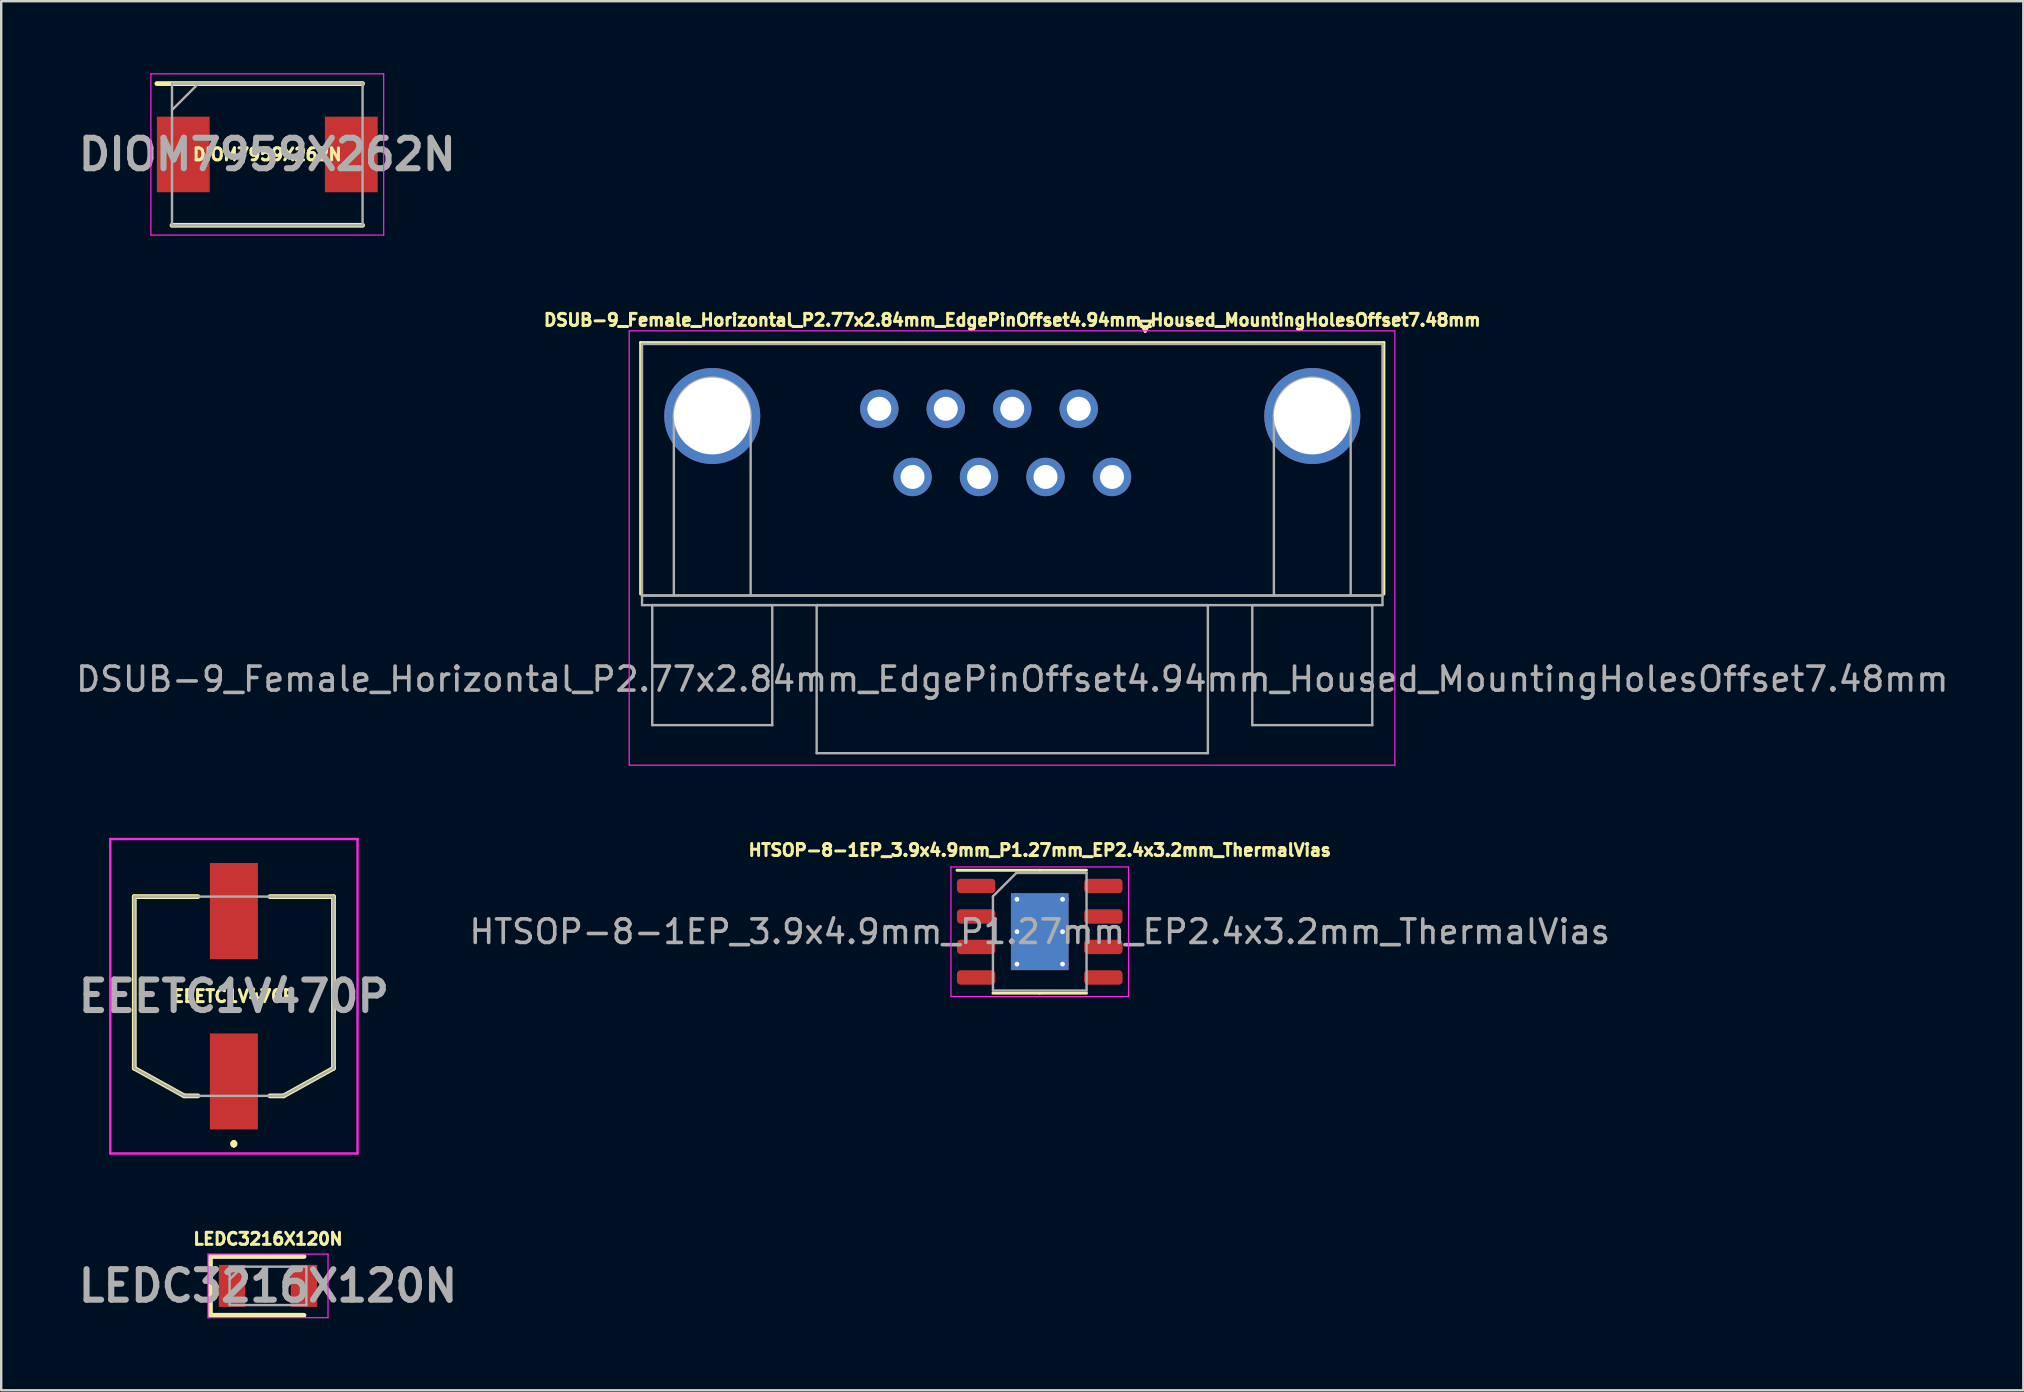
<source format=kicad_pcb>
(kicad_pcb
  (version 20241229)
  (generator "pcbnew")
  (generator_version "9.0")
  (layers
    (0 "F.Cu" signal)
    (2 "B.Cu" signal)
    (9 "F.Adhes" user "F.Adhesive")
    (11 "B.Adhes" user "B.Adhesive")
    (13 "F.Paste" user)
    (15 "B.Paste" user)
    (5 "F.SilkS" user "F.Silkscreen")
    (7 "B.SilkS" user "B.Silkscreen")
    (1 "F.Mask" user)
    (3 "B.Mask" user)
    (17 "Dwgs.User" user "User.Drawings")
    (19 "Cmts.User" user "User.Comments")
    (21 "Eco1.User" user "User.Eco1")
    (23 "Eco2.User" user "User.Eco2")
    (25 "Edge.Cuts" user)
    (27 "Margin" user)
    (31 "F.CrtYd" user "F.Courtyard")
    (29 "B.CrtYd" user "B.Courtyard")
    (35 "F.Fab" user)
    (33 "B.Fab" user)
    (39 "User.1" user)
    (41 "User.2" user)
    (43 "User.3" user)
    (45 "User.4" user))
  (footprint "DIOM7959X262N"
    (layer "F.Cu")
    (at 8.086 3.385)
    (property "Reference" "DIOM7959X262N" (at 0 0 0) (layer "F.SilkS") (effects (font (size 0.5 0.5) (thickness 0.25))))
    (attr smd)
    (fp_line (start -3.97 2.952) (end 3.97 2.952) (stroke (width 0.2) (type solid)) (layer "F.SilkS"))
    (fp_line (start 3.97 -2.952) (end -4.6 -2.952) (stroke (width 0.2) (type solid)) (layer "F.SilkS"))
    (fp_line (start -4.85 -3.36) (end 4.85 -3.36) (stroke (width 0.05) (type solid)) (layer "F.CrtYd"))
    (fp_line (start -4.85 3.36) (end -4.85 -3.36) (stroke (width 0.05) (type solid)) (layer "F.CrtYd"))
    (fp_line (start 4.85 -3.36) (end 4.85 3.36) (stroke (width 0.05) (type solid)) (layer "F.CrtYd"))
    (fp_line (start 4.85 3.36) (end -4.85 3.36) (stroke (width 0.05) (type solid)) (layer "F.CrtYd"))
    (fp_line (start -3.97 -2.952) (end 3.97 -2.952) (stroke (width 0.1) (type solid)) (layer "F.Fab"))
    (fp_line (start -3.97 -1.852) (end -2.87 -2.952) (stroke (width 0.1) (type solid)) (layer "F.Fab"))
    (fp_line (start -3.97 2.952) (end -3.97 -2.952) (stroke (width 0.1) (type solid)) (layer "F.Fab"))
    (fp_line (start 3.97 -2.952) (end 3.97 2.952) (stroke (width 0.1) (type solid)) (layer "F.Fab"))
    (fp_line (start 3.97 2.952) (end -3.97 2.952) (stroke (width 0.1) (type solid)) (layer "F.Fab"))
    (fp_text user "${REFERENCE}" (at 0 0 0) (layer "F.Fab") (effects (font (size 1.27 1.27) (thickness 0.254))))
    (pad "1" smd rect (at -3.5 0 180) (size 2.2 3.15) (layers "F.Cu" "F.Mask" "F.Paste"))
    (pad "2" smd rect (at 3.5 0 180) (size 2.2 3.15) (layers "F.Cu" "F.Mask" "F.Paste")))
  (footprint "LEDC3216X120N"
    (layer "F.Cu")
    (at 8.116 50.525)
    (property "Reference" "LEDC3216X120N" (at 0 -1.956 0) (layer "F.SilkS") (effects (font (size 0.5 0.5) (thickness 0.25))))
    (attr smd)
    (fp_line (start -2.4 -1.225) (end -2.4 1.225) (stroke (width 0.2) (type solid)) (layer "F.SilkS"))
    (fp_line (start -2.4 1.225) (end 1.5 1.225) (stroke (width 0.2) (type solid)) (layer "F.SilkS"))
    (fp_line (start 1.5 -1.225) (end -2.4 -1.225) (stroke (width 0.2) (type solid)) (layer "F.SilkS"))
    (fp_line (start -2.5 -1.325) (end 2.5 -1.325) (stroke (width 0.05) (type solid)) (layer "F.CrtYd"))
    (fp_line (start -2.5 1.325) (end -2.5 -1.325) (stroke (width 0.05) (type solid)) (layer "F.CrtYd"))
    (fp_line (start 2.5 -1.325) (end 2.5 1.325) (stroke (width 0.05) (type solid)) (layer "F.CrtYd"))
    (fp_line (start 2.5 1.325) (end -2.5 1.325) (stroke (width 0.05) (type solid)) (layer "F.CrtYd"))
    (fp_line (start -1.6 -0.8) (end 1.6 -0.8) (stroke (width 0.1) (type solid)) (layer "F.Fab"))
    (fp_line (start -1.6 -0.267) (end -1.067 -0.8) (stroke (width 0.1) (type solid)) (layer "F.Fab"))
    (fp_line (start -1.6 0.8) (end -1.6 -0.8) (stroke (width 0.1) (type solid)) (layer "F.Fab"))
    (fp_line (start 1.6 -0.8) (end 1.6 0.8) (stroke (width 0.1) (type solid)) (layer "F.Fab"))
    (fp_line (start 1.6 0.8) (end -1.6 0.8) (stroke (width 0.1) (type solid)) (layer "F.Fab"))
    (fp_text user "${REFERENCE}" (at 0 0 0) (layer "F.Fab") (effects (font (size 1.27 1.27) (thickness 0.254))))
    (pad "1" smd rect (at -1.5 0 180) (size 1.1 1.75) (layers "F.Cu" "F.Mask" "F.Paste"))
    (pad "2" smd rect (at 1.5 0 180) (size 1.1 1.75) (layers "F.Cu" "F.Mask" "F.Paste")))
  (footprint "DSUB-9_Female_Horizontal_P2.77x2.84mm_EdgePinOffset4.94mm_Housed_MountingHolesOffset7.48mm"
    (layer "F.Cu")
    (at 44.665 13.982)
    (property "Reference" "DSUB-9_Female_Horizontal_P2.77x2.84mm_EdgePinOffset4.94mm_Housed_MountingHolesOffset7.48mm" (at -5.54 -3.7 0) (layer "F.SilkS") (effects (font (size 0.5 0.5) (thickness 0.25))))
    (attr through_hole)
    (fp_line (start -21.025 -2.76) (end 9.945 -2.76) (stroke (width 0.12) (type solid)) (layer "F.SilkS"))
    (fp_line (start -21.025 7.72) (end -21.025 -2.76) (stroke (width 0.12) (type solid)) (layer "F.SilkS"))
    (fp_line (start -0.25 -3.654) (end 0.25 -3.654) (stroke (width 0.12) (type solid)) (layer "F.SilkS"))
    (fp_line (start 0 -3.221) (end -0.25 -3.654) (stroke (width 0.12) (type solid)) (layer "F.SilkS"))
    (fp_line (start 0.25 -3.654) (end 0 -3.221) (stroke (width 0.12) (type solid)) (layer "F.SilkS"))
    (fp_line (start 9.945 -2.76) (end 9.945 7.72) (stroke (width 0.12) (type solid)) (layer "F.SilkS"))
    (fp_line (start -21.5 -3.25) (end -21.5 14.85) (stroke (width 0.05) (type solid)) (layer "F.CrtYd"))
    (fp_line (start -21.5 14.85) (end 10.4 14.85) (stroke (width 0.05) (type solid)) (layer "F.CrtYd"))
    (fp_line (start 10.4 -3.25) (end -21.5 -3.25) (stroke (width 0.05) (type solid)) (layer "F.CrtYd"))
    (fp_line (start 10.4 14.85) (end 10.4 -3.25) (stroke (width 0.05) (type solid)) (layer "F.CrtYd"))
    (fp_line (start -20.965 -2.7) (end -20.965 7.78) (stroke (width 0.1) (type solid)) (layer "F.Fab"))
    (fp_line (start -20.965 7.78) (end -20.965 8.18) (stroke (width 0.1) (type solid)) (layer "F.Fab"))
    (fp_line (start -20.965 7.78) (end 9.885 7.78) (stroke (width 0.1) (type solid)) (layer "F.Fab"))
    (fp_line (start -20.965 8.18) (end 9.885 8.18) (stroke (width 0.1) (type solid)) (layer "F.Fab"))
    (fp_line (start -20.54 8.18) (end -20.54 13.18) (stroke (width 0.1) (type solid)) (layer "F.Fab"))
    (fp_line (start -20.54 13.18) (end -15.54 13.18) (stroke (width 0.1) (type solid)) (layer "F.Fab"))
    (fp_line (start -19.64 7.78) (end -19.64 0.3) (stroke (width 0.1) (type solid)) (layer "F.Fab"))
    (fp_line (start -16.44 7.78) (end -16.44 0.3) (stroke (width 0.1) (type solid)) (layer "F.Fab"))
    (fp_line (start -15.54 8.18) (end -20.54 8.18) (stroke (width 0.1) (type solid)) (layer "F.Fab"))
    (fp_line (start -15.54 13.18) (end -15.54 8.18) (stroke (width 0.1) (type solid)) (layer "F.Fab"))
    (fp_line (start -13.69 8.18) (end -13.69 14.35) (stroke (width 0.1) (type solid)) (layer "F.Fab"))
    (fp_line (start -13.69 14.35) (end 2.61 14.35) (stroke (width 0.1) (type solid)) (layer "F.Fab"))
    (fp_line (start 2.61 8.18) (end -13.69 8.18) (stroke (width 0.1) (type solid)) (layer "F.Fab"))
    (fp_line (start 2.61 14.35) (end 2.61 8.18) (stroke (width 0.1) (type solid)) (layer "F.Fab"))
    (fp_line (start 4.46 8.18) (end 4.46 13.18) (stroke (width 0.1) (type solid)) (layer "F.Fab"))
    (fp_line (start 4.46 13.18) (end 9.46 13.18) (stroke (width 0.1) (type solid)) (layer "F.Fab"))
    (fp_line (start 5.36 7.78) (end 5.36 0.3) (stroke (width 0.1) (type solid)) (layer "F.Fab"))
    (fp_line (start 8.56 7.78) (end 8.56 0.3) (stroke (width 0.1) (type solid)) (layer "F.Fab"))
    (fp_line (start 9.46 8.18) (end 4.46 8.18) (stroke (width 0.1) (type solid)) (layer "F.Fab"))
    (fp_line (start 9.46 13.18) (end 9.46 8.18) (stroke (width 0.1) (type solid)) (layer "F.Fab"))
    (fp_line (start 9.885 -2.7) (end -20.965 -2.7) (stroke (width 0.1) (type solid)) (layer "F.Fab"))
    (fp_line (start 9.885 7.78) (end -20.965 7.78) (stroke (width 0.1) (type solid)) (layer "F.Fab"))
    (fp_line (start 9.885 7.78) (end 9.885 -2.7) (stroke (width 0.1) (type solid)) (layer "F.Fab"))
    (fp_line (start 9.885 8.18) (end 9.885 7.78) (stroke (width 0.1) (type solid)) (layer "F.Fab"))
    (fp_arc (start -19.64 0.3) (mid -18.04 -1.3) (end -16.44 0.3) (stroke (width 0.1) (type solid)) (layer "F.Fab"))
    (fp_arc (start 5.36 0.3) (mid 6.96 -1.3) (end 8.56 0.3) (stroke (width 0.1) (type solid)) (layer "F.Fab"))
    (fp_text user "${REFERENCE}" (at -5.54 11.265 0) (layer "F.Fab") (effects (font (size 1 1) (thickness 0.15))))
    (pad "" smd rect (at 0 0 180) (size 1.6 1.6) (layers "F.Paste"))
    (pad "0" thru_hole circle (at -18.04 0.3 180) (size 4 4) (drill 3.2) (layers "*.Cu" "*.Mask"))
    (pad "0" thru_hole circle (at 6.96 0.3 180) (size 4 4) (drill 3.2) (layers "*.Cu" "*.Mask"))
    (pad "2" thru_hole circle (at -2.77 0 180) (size 1.6 1.6) (drill 1) (layers "*.Cu" "*.Mask"))
    (pad "3" thru_hole circle (at -5.54 0 180) (size 1.6 1.6) (drill 1) (layers "*.Cu" "*.Mask"))
    (pad "4" thru_hole circle (at -8.31 0 180) (size 1.6 1.6) (drill 1) (layers "*.Cu" "*.Mask"))
    (pad "5" thru_hole circle (at -11.08 0 180) (size 1.6 1.6) (drill 1) (layers "*.Cu" "*.Mask"))
    (pad "6" thru_hole circle (at -1.385 2.84 180) (size 1.6 1.6) (drill 1) (layers "*.Cu" "*.Mask"))
    (pad "7" thru_hole circle (at -4.155 2.84 180) (size 1.6 1.6) (drill 1) (layers "*.Cu" "*.Mask"))
    (pad "8" thru_hole circle (at -6.925 2.84 180) (size 1.6 1.6) (drill 1) (layers "*.Cu" "*.Mask"))
    (pad "9" thru_hole circle (at -9.695 2.84 180) (size 1.6 1.6) (drill 1) (layers "*.Cu" "*.Mask")))
  (footprint "HTSOP-8-1EP_3.9x4.9mm_P1.27mm_EP2.4x3.2mm_ThermalVias"
    (layer "F.Cu")
    (at 40.27 35.769)
    (property "Reference" "HTSOP-8-1EP_3.9x4.9mm_P1.27mm_EP2.4x3.2mm_ThermalVias" (at 0 -3.4 0) (layer "F.SilkS") (effects (font (size 0.5 0.5) (thickness 0.25))))
    (attr smd)
    (fp_line (start 0 -2.56) (end -3.45 -2.56) (stroke (width 0.12) (type solid)) (layer "F.SilkS"))
    (fp_line (start 0 -2.56) (end 1.95 -2.56) (stroke (width 0.12) (type solid)) (layer "F.SilkS"))
    (fp_line (start 0 2.56) (end -1.95 2.56) (stroke (width 0.12) (type solid)) (layer "F.SilkS"))
    (fp_line (start 0 2.56) (end 1.95 2.56) (stroke (width 0.12) (type solid)) (layer "F.SilkS"))
    (fp_line (start -3.7 -2.7) (end -3.7 2.7) (stroke (width 0.05) (type solid)) (layer "F.CrtYd"))
    (fp_line (start -3.7 2.7) (end 3.7 2.7) (stroke (width 0.05) (type solid)) (layer "F.CrtYd"))
    (fp_line (start 3.7 -2.7) (end -3.7 -2.7) (stroke (width 0.05) (type solid)) (layer "F.CrtYd"))
    (fp_line (start 3.7 2.7) (end 3.7 -2.7) (stroke (width 0.05) (type solid)) (layer "F.CrtYd"))
    (fp_line (start -1.95 -1.475) (end -0.975 -2.45) (stroke (width 0.1) (type solid)) (layer "F.Fab"))
    (fp_line (start -1.95 2.45) (end -1.95 -1.475) (stroke (width 0.1) (type solid)) (layer "F.Fab"))
    (fp_line (start -0.975 -2.45) (end 1.95 -2.45) (stroke (width 0.1) (type solid)) (layer "F.Fab"))
    (fp_line (start 1.95 -2.45) (end 1.95 2.45) (stroke (width 0.1) (type solid)) (layer "F.Fab"))
    (fp_line (start 1.95 2.45) (end -1.95 2.45) (stroke (width 0.1) (type solid)) (layer "F.Fab"))
    (fp_text user "${REFERENCE}" (at 0 0 0) (layer "F.Fab") (effects (font (size 0.98 0.98) (thickness 0.15))))
    (pad "" smd roundrect (at -0.6 -0.8 180) (size 0.97 1.29) (layers "F.Paste") (roundrect_rratio 0.25))
    (pad "" smd roundrect (at -0.6 0.8 180) (size 0.97 1.29) (layers "F.Paste") (roundrect_rratio 0.25))
    (pad "" smd roundrect (at 0.6 -0.8 180) (size 0.97 1.29) (layers "F.Paste") (roundrect_rratio 0.25))
    (pad "" smd roundrect (at 0.6 0.8 180) (size 0.97 1.29) (layers "F.Paste") (roundrect_rratio 0.25))
    (pad "1" smd roundrect (at -2.65 -1.905 180) (size 1.6 0.6) (layers "F.Cu" "F.Mask" "F.Paste") (roundrect_rratio 0.25))
    (pad "2" smd roundrect (at -2.65 -0.635 180) (size 1.6 0.6) (layers "F.Cu" "F.Mask" "F.Paste") (roundrect_rratio 0.25))
    (pad "3" smd roundrect (at -2.65 0.635 180) (size 1.6 0.6) (layers "F.Cu" "F.Mask" "F.Paste") (roundrect_rratio 0.25))
    (pad "4" smd roundrect (at -2.65 1.905 180) (size 1.6 0.6) (layers "F.Cu" "F.Mask" "F.Paste") (roundrect_rratio 0.25))
    (pad "5" smd roundrect (at 2.65 1.905 180) (size 1.6 0.6) (layers "F.Cu" "F.Mask" "F.Paste") (roundrect_rratio 0.25))
    (pad "6" smd roundrect (at 2.65 0.635 180) (size 1.6 0.6) (layers "F.Cu" "F.Mask" "F.Paste") (roundrect_rratio 0.25))
    (pad "7" smd roundrect (at 2.65 -0.635 180) (size 1.6 0.6) (layers "F.Cu" "F.Mask" "F.Paste") (roundrect_rratio 0.25))
    (pad "8" smd roundrect (at 2.65 -1.905 180) (size 1.6 0.6) (layers "F.Cu" "F.Mask" "F.Paste") (roundrect_rratio 0.25))
    (pad "9" thru_hole circle (at -0.95 -1.35 180) (size 0.5 0.5) (drill 0.2) (layers "*.Cu"))
    (pad "9" thru_hole circle (at -0.95 0 180) (size 0.5 0.5) (drill 0.2) (layers "*.Cu"))
    (pad "9" thru_hole circle (at -0.95 1.35 180) (size 0.5 0.5) (drill 0.2) (layers "*.Cu"))
    (pad "9" smd rect (at 0 0 180) (size 2.4 3.2) (layers "F.Cu" "F.Mask"))
    (pad "9" smd rect (at 0 0 180) (size 2.4 3.2) (layers "B.Cu"))
    (pad "9" thru_hole circle (at 0.95 -1.35 180) (size 0.5 0.5) (drill 0.2) (layers "*.Cu"))
    (pad "9" thru_hole circle (at 0.95 0 180) (size 0.5 0.5) (drill 0.2) (layers "*.Cu"))
    (pad "9" thru_hole circle (at 0.95 1.35 180) (size 0.5 0.5) (drill 0.2) (layers "*.Cu")))
  (footprint "EEETC1V470P"
    (layer "F.Cu")
    (at 6.695 38.457)
    (property "Reference" "EEETC1V470P" (at 0 0 0) (layer "F.SilkS") (effects (font (size 0.5 0.5) (thickness 0.25))))
    (attr smd)
    (fp_line (start -4.15 -4.15) (end -1.5 -4.15) (stroke (width 0.2) (type solid)) (layer "F.SilkS"))
    (fp_line (start -4.15 3) (end -4.15 -4.15) (stroke (width 0.2) (type solid)) (layer "F.SilkS"))
    (fp_line (start -2.075 4.15) (end -4.15 3) (stroke (width 0.2) (type solid)) (layer "F.SilkS"))
    (fp_line (start -1.5 4.15) (end -2.075 4.15) (stroke (width 0.2) (type solid)) (layer "F.SilkS"))
    (fp_line (start 0 6.1) (end 0 6.1) (stroke (width 0.2) (type solid)) (layer "F.SilkS"))
    (fp_line (start 0 6.1) (end 0 6.1) (stroke (width 0.2) (type solid)) (layer "F.SilkS"))
    (fp_line (start 0 6.2) (end 0 6.2) (stroke (width 0.2) (type solid)) (layer "F.SilkS"))
    (fp_line (start 1.5 -4.15) (end 4.15 -4.15) (stroke (width 0.2) (type solid)) (layer "F.SilkS"))
    (fp_line (start 2.075 4.15) (end 1.5 4.15) (stroke (width 0.2) (type solid)) (layer "F.SilkS"))
    (fp_line (start 4.15 -4.15) (end 4.15 3) (stroke (width 0.2) (type solid)) (layer "F.SilkS"))
    (fp_line (start 4.15 3) (end 2.075 4.15) (stroke (width 0.2) (type solid)) (layer "F.SilkS"))
    (fp_arc (start 0 6.1) (mid 0.05 6.15) (end 0 6.2) (stroke (width 0.2) (type solid)) (layer "F.SilkS"))
    (fp_arc (start 0 6.2) (mid -0.05 6.15) (end 0 6.1) (stroke (width 0.2) (type solid)) (layer "F.SilkS"))
    (fp_arc (start 0 6.2) (mid -0.05 6.15) (end 0 6.1) (stroke (width 0.2) (type solid)) (layer "F.SilkS"))
    (fp_line (start -5.15 -6.55) (end 5.15 -6.55) (stroke (width 0.1) (type solid)) (layer "F.CrtYd"))
    (fp_line (start -5.15 6.55) (end -5.15 -6.55) (stroke (width 0.1) (type solid)) (layer "F.CrtYd"))
    (fp_line (start 5.15 -6.55) (end 5.15 6.55) (stroke (width 0.1) (type solid)) (layer "F.CrtYd"))
    (fp_line (start 5.15 6.55) (end -5.15 6.55) (stroke (width 0.1) (type solid)) (layer "F.CrtYd"))
    (fp_line (start -4.15 -4.15) (end 4.15 -4.15) (stroke (width 0.1) (type solid)) (layer "F.Fab"))
    (fp_line (start -4.15 3) (end -4.15 -4.15) (stroke (width 0.1) (type solid)) (layer "F.Fab"))
    (fp_line (start -2.075 4.15) (end -4.15 3) (stroke (width 0.1) (type solid)) (layer "F.Fab"))
    (fp_line (start 2.075 4.15) (end -2.075 4.15) (stroke (width 0.1) (type solid)) (layer "F.Fab"))
    (fp_line (start 4.15 -4.15) (end 4.15 3) (stroke (width 0.1) (type solid)) (layer "F.Fab"))
    (fp_line (start 4.15 3) (end 2.075 4.15) (stroke (width 0.1) (type solid)) (layer "F.Fab"))
    (fp_text user "${REFERENCE}" (at 0 0 0) (layer "F.Fab") (effects (font (size 1.27 1.27) (thickness 0.254))))
    (pad "1" smd rect (at 0 3.55 180) (size 2 4) (layers "F.Cu" "F.Mask" "F.Paste"))
    (pad "2" smd rect (at 0 -3.55 180) (size 2 4) (layers "F.Cu" "F.Mask" "F.Paste")))
  (gr_rect
    (start -3 -3)
    (end 81.25 54.875)
    (stroke (width 0.1) (type default))
    (fill no)
    (layer "Edge.Cuts")))
</source>
